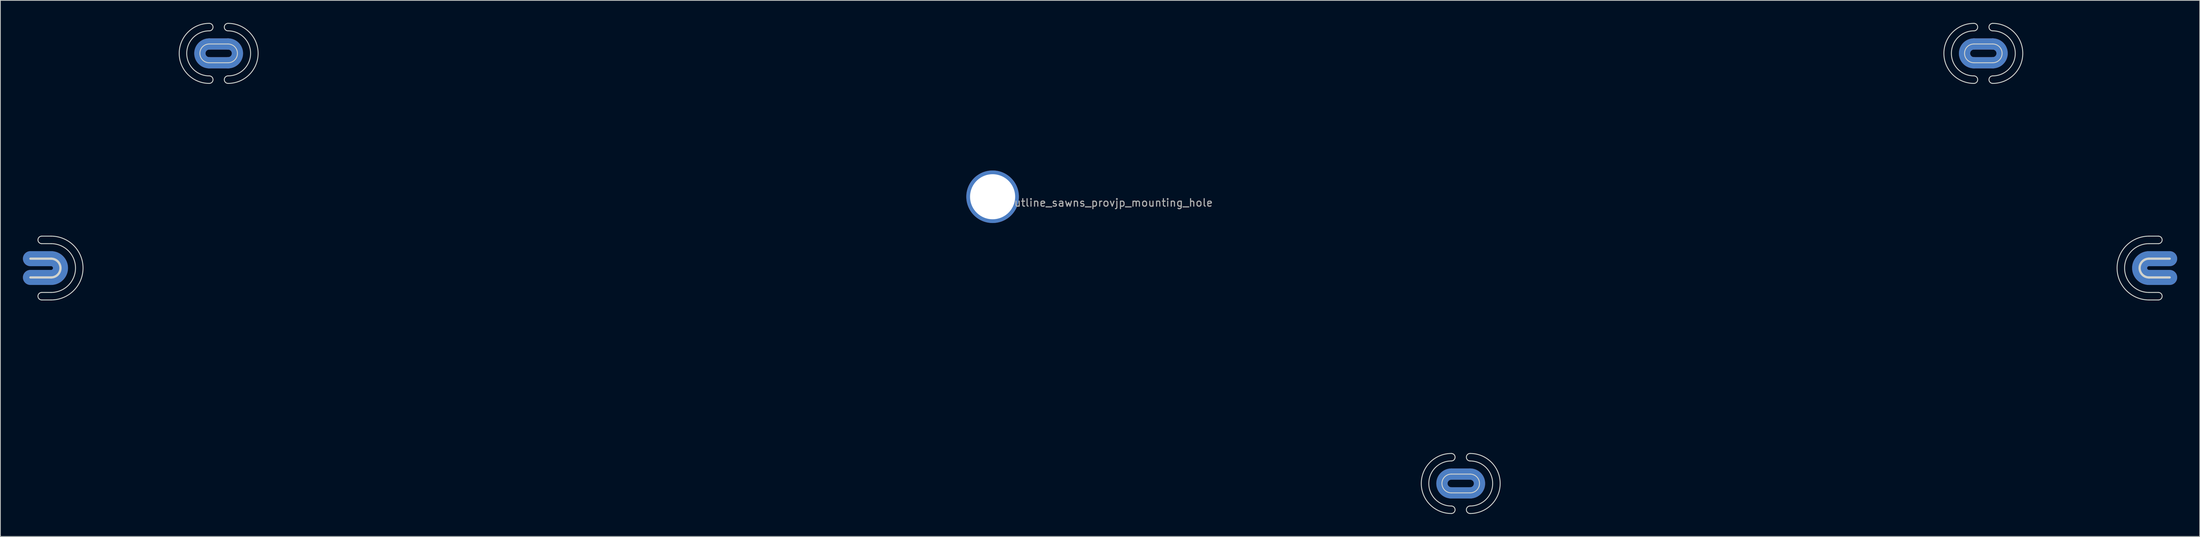
<source format=kicad_pcb>
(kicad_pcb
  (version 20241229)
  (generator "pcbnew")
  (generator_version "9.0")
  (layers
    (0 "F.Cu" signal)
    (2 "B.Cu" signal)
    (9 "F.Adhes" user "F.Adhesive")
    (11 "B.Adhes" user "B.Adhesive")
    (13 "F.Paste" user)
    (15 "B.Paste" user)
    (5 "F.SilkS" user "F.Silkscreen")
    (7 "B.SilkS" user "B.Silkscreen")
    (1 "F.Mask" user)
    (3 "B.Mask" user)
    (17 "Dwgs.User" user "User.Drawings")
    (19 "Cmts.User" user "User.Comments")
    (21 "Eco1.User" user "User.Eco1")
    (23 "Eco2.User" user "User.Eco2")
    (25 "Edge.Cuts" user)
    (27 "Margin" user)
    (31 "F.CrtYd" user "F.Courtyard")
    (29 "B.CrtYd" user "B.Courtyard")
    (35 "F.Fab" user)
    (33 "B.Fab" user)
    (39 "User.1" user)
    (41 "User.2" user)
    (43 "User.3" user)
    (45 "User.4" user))
  (footprint "60_outline_sawns_provjp_mounting_hole"
    (layer "F.Cu")
    (at 143.35 23.46)
    (property "Reference" "60_outline_sawns_provjp_mounting_hole" (at 0 0.5 0) (layer "F.Fab") (effects (font (size 1 1) (thickness 0.15))))
    (attr through_hole)
    (fp_line (start -142.35 10.45) (end -139.6 10.45) (stroke (width 2) (type solid)) (layer "F.Cu"))
    (fp_line (start -139.6 7.95) (end -142.35 7.95) (stroke (width 2) (type solid)) (layer "F.Cu"))
    (fp_line (start -118.55 -18.15) (end -116.05 -18.15) (stroke (width 1.5) (type solid)) (layer "F.Cu"))
    (fp_line (start -116.05 -20.65) (end -118.55 -20.65) (stroke (width 1.5) (type solid)) (layer "F.Cu"))
    (fp_line (start 46.75 39.15) (end 49.25 39.15) (stroke (width 1.5) (type solid)) (layer "F.Cu"))
    (fp_line (start 49.25 36.65) (end 46.75 36.65) (stroke (width 1.5) (type solid)) (layer "F.Cu"))
    (fp_line (start 116.3 -18.15) (end 118.8 -18.15) (stroke (width 1.5) (type solid)) (layer "F.Cu"))
    (fp_line (start 118.8 -20.65) (end 116.3 -20.65) (stroke (width 1.5) (type solid)) (layer "F.Cu"))
    (fp_line (start 139.6 10.45) (end 142.35 10.45) (stroke (width 2) (type solid)) (layer "F.Cu"))
    (fp_line (start 142.35 7.95) (end 139.6 7.95) (stroke (width 2) (type solid)) (layer "F.Cu"))
    (fp_arc (start -139.6 7.95) (mid -138.35 9.2) (end -139.6 10.45) (stroke (width 2) (type solid)) (layer "F.Cu"))
    (fp_arc (start -118.55 -18.15) (mid -119.8 -19.4) (end -118.55 -20.65) (stroke (width 1.5) (type solid)) (layer "F.Cu"))
    (fp_arc (start -116.05 -20.65) (mid -114.8 -19.4) (end -116.05 -18.15) (stroke (width 1.5) (type solid)) (layer "F.Cu"))
    (fp_arc (start 46.75 39.15) (mid 45.5 37.9) (end 46.75 36.65) (stroke (width 1.5) (type solid)) (layer "F.Cu"))
    (fp_arc (start 49.25 36.65) (mid 50.5 37.9) (end 49.25 39.15) (stroke (width 1.5) (type solid)) (layer "F.Cu"))
    (fp_arc (start 116.3 -18.15) (mid 115.05 -19.4) (end 116.3 -20.65) (stroke (width 1.5) (type solid)) (layer "F.Cu"))
    (fp_arc (start 118.8 -20.65) (mid 120.05 -19.4) (end 118.8 -18.15) (stroke (width 1.5) (type solid)) (layer "F.Cu"))
    (fp_arc (start 139.6 10.45) (mid 138.35 9.2) (end 139.6 7.95) (stroke (width 2) (type solid)) (layer "F.Cu"))
    (fp_line (start -142.35 10.45) (end -139.6 10.45) (stroke (width 2) (type solid)) (layer "F.Mask"))
    (fp_line (start -139.6 7.95) (end -142.35 7.95) (stroke (width 2) (type solid)) (layer "F.Mask"))
    (fp_line (start -118.55 -18.15) (end -116.05 -18.15) (stroke (width 1.5) (type solid)) (layer "F.Mask"))
    (fp_line (start -116.05 -20.65) (end -118.55 -20.65) (stroke (width 1.5) (type solid)) (layer "F.Mask"))
    (fp_line (start 46.75 39.15) (end 49.25 39.15) (stroke (width 1.5) (type solid)) (layer "F.Mask"))
    (fp_line (start 49.25 36.65) (end 46.75 36.65) (stroke (width 1.5) (type solid)) (layer "F.Mask"))
    (fp_line (start 116.3 -18.15) (end 118.8 -18.15) (stroke (width 1.5) (type solid)) (layer "F.Mask"))
    (fp_line (start 118.8 -20.65) (end 116.3 -20.65) (stroke (width 1.5) (type solid)) (layer "F.Mask"))
    (fp_line (start 139.6 10.45) (end 142.35 10.45) (stroke (width 2) (type solid)) (layer "F.Mask"))
    (fp_line (start 142.35 7.95) (end 139.6 7.95) (stroke (width 2) (type solid)) (layer "F.Mask"))
    (fp_arc (start -139.6 7.95) (mid -138.35 9.2) (end -139.6 10.45) (stroke (width 2) (type solid)) (layer "F.Mask"))
    (fp_arc (start -118.55 -18.15) (mid -119.8 -19.4) (end -118.55 -20.65) (stroke (width 1.5) (type solid)) (layer "F.Mask"))
    (fp_arc (start -116.05 -20.65) (mid -114.8 -19.4) (end -116.05 -18.15) (stroke (width 1.5) (type solid)) (layer "F.Mask"))
    (fp_arc (start 46.75 39.15) (mid 45.5 37.9) (end 46.75 36.65) (stroke (width 1.5) (type solid)) (layer "F.Mask"))
    (fp_arc (start 49.25 36.65) (mid 50.5 37.9) (end 49.25 39.15) (stroke (width 1.5) (type solid)) (layer "F.Mask"))
    (fp_arc (start 116.3 -18.15) (mid 115.05 -19.4) (end 116.3 -20.65) (stroke (width 1.5) (type solid)) (layer "F.Mask"))
    (fp_arc (start 118.8 -20.65) (mid 120.05 -19.4) (end 118.8 -18.15) (stroke (width 1.5) (type solid)) (layer "F.Mask"))
    (fp_arc (start 139.6 10.45) (mid 138.35 9.2) (end 139.6 7.95) (stroke (width 2) (type solid)) (layer "F.Mask"))
    (fp_line (start -142.35 10.45) (end -139.6 10.45) (stroke (width 2) (type solid)) (layer "B.Cu"))
    (fp_line (start -139.6 7.95) (end -142.35 7.95) (stroke (width 2) (type solid)) (layer "B.Cu"))
    (fp_line (start -118.55 -18.15) (end -116.05 -18.15) (stroke (width 1.5) (type solid)) (layer "B.Cu"))
    (fp_line (start -116.05 -20.65) (end -118.55 -20.65) (stroke (width 1.5) (type solid)) (layer "B.Cu"))
    (fp_line (start 46.75 39.15) (end 49.25 39.15) (stroke (width 1.5) (type solid)) (layer "B.Cu"))
    (fp_line (start 49.25 36.65) (end 46.75 36.65) (stroke (width 1.5) (type solid)) (layer "B.Cu"))
    (fp_line (start 116.3 -18.15) (end 118.8 -18.15) (stroke (width 1.5) (type solid)) (layer "B.Cu"))
    (fp_line (start 118.8 -20.65) (end 116.3 -20.65) (stroke (width 1.5) (type solid)) (layer "B.Cu"))
    (fp_line (start 139.6 10.45) (end 142.35 10.45) (stroke (width 2) (type solid)) (layer "B.Cu"))
    (fp_line (start 142.35 7.95) (end 139.6 7.95) (stroke (width 2) (type solid)) (layer "B.Cu"))
    (fp_arc (start -139.6 7.95) (mid -138.35 9.2) (end -139.6 10.45) (stroke (width 2) (type solid)) (layer "B.Cu"))
    (fp_arc (start -118.55 -18.15) (mid -119.8 -19.4) (end -118.55 -20.65) (stroke (width 1.5) (type solid)) (layer "B.Cu"))
    (fp_arc (start -116.05 -20.65) (mid -114.8 -19.4) (end -116.05 -18.15) (stroke (width 1.5) (type solid)) (layer "B.Cu"))
    (fp_arc (start 46.75 39.15) (mid 45.5 37.9) (end 46.75 36.65) (stroke (width 1.5) (type solid)) (layer "B.Cu"))
    (fp_arc (start 49.25 36.65) (mid 50.5 37.9) (end 49.25 39.15) (stroke (width 1.5) (type solid)) (layer "B.Cu"))
    (fp_arc (start 116.3 -18.15) (mid 115.05 -19.4) (end 116.3 -20.65) (stroke (width 1.5) (type solid)) (layer "B.Cu"))
    (fp_arc (start 118.8 -20.65) (mid 120.05 -19.4) (end 118.8 -18.15) (stroke (width 1.5) (type solid)) (layer "B.Cu"))
    (fp_arc (start 139.6 10.45) (mid 138.35 9.2) (end 139.6 7.95) (stroke (width 2) (type solid)) (layer "B.Cu"))
    (fp_line (start -142.35 10.45) (end -139.6 10.45) (stroke (width 2) (type solid)) (layer "B.Mask"))
    (fp_line (start -139.6 7.95) (end -142.35 7.95) (stroke (width 2) (type solid)) (layer "B.Mask"))
    (fp_line (start -118.55 -18.15) (end -116.05 -18.15) (stroke (width 1.5) (type solid)) (layer "B.Mask"))
    (fp_line (start -116.05 -20.65) (end -118.55 -20.65) (stroke (width 1.5) (type solid)) (layer "B.Mask"))
    (fp_line (start 46.75 39.15) (end 49.25 39.15) (stroke (width 1.5) (type solid)) (layer "B.Mask"))
    (fp_line (start 49.25 36.65) (end 46.75 36.65) (stroke (width 1.5) (type solid)) (layer "B.Mask"))
    (fp_line (start 116.3 -18.15) (end 118.8 -18.15) (stroke (width 1.5) (type solid)) (layer "B.Mask"))
    (fp_line (start 118.8 -20.65) (end 116.3 -20.65) (stroke (width 1.5) (type solid)) (layer "B.Mask"))
    (fp_line (start 139.6 10.45) (end 142.35 10.45) (stroke (width 2) (type solid)) (layer "B.Mask"))
    (fp_line (start 142.35 7.95) (end 139.6 7.95) (stroke (width 2) (type solid)) (layer "B.Mask"))
    (fp_arc (start -139.6 7.95) (mid -138.35 9.2) (end -139.6 10.45) (stroke (width 2) (type solid)) (layer "B.Mask"))
    (fp_arc (start -118.55 -18.15) (mid -119.8 -19.4) (end -118.55 -20.65) (stroke (width 1.5) (type solid)) (layer "B.Mask"))
    (fp_arc (start -116.05 -20.65) (mid -114.8 -19.4) (end -116.05 -18.15) (stroke (width 1.5) (type solid)) (layer "B.Mask"))
    (fp_arc (start 46.75 39.15) (mid 45.5 37.9) (end 46.75 36.65) (stroke (width 1.5) (type solid)) (layer "B.Mask"))
    (fp_arc (start 49.25 36.65) (mid 50.5 37.9) (end 49.25 39.15) (stroke (width 1.5) (type solid)) (layer "B.Mask"))
    (fp_arc (start 116.3 -18.15) (mid 115.05 -19.4) (end 116.3 -20.65) (stroke (width 1.5) (type solid)) (layer "B.Mask"))
    (fp_arc (start 118.8 -20.65) (mid 120.05 -19.4) (end 118.8 -18.15) (stroke (width 1.5) (type solid)) (layer "B.Mask"))
    (fp_arc (start 139.6 10.45) (mid 138.35 9.2) (end 139.6 7.95) (stroke (width 2) (type solid)) (layer "B.Mask"))
    (fp_line (start -142.35 10.45) (end -139.6 10.45) (stroke (width 0.3) (type solid)) (layer "Edge.Cuts"))
    (fp_line (start -139.6 4.95) (end -140.85 4.95) (stroke (width 0.12) (type solid)) (layer "Edge.Cuts"))
    (fp_line (start -139.6 5.95) (end -140.85 5.95) (stroke (width 0.12) (type solid)) (layer "Edge.Cuts"))
    (fp_line (start -139.6 7.95) (end -142.35 7.95) (stroke (width 0.3) (type solid)) (layer "Edge.Cuts"))
    (fp_line (start -139.6 12.45) (end -140.85 12.45) (stroke (width 0.12) (type solid)) (layer "Edge.Cuts"))
    (fp_line (start -139.6 13.45) (end -140.85 13.45) (stroke (width 0.12) (type solid)) (layer "Edge.Cuts"))
    (fp_line (start -118.55 -18.15) (end -116.05 -18.15) (stroke (width 0.12) (type solid)) (layer "Edge.Cuts"))
    (fp_line (start -116.05 -20.65) (end -118.55 -20.65) (stroke (width 0.12) (type solid)) (layer "Edge.Cuts"))
    (fp_line (start 46.75 39.15) (end 49.25 39.15) (stroke (width 0.12) (type solid)) (layer "Edge.Cuts"))
    (fp_line (start 49.25 36.65) (end 46.75 36.65) (stroke (width 0.12) (type solid)) (layer "Edge.Cuts"))
    (fp_line (start 116.3 -18.15) (end 118.8 -18.15) (stroke (width 0.12) (type solid)) (layer "Edge.Cuts"))
    (fp_line (start 118.8 -20.65) (end 116.3 -20.65) (stroke (width 0.12) (type solid)) (layer "Edge.Cuts"))
    (fp_line (start 139.6 4.95) (end 140.85 4.95) (stroke (width 0.12) (type solid)) (layer "Edge.Cuts"))
    (fp_line (start 139.6 5.95) (end 140.85 5.95) (stroke (width 0.12) (type solid)) (layer "Edge.Cuts"))
    (fp_line (start 139.6 10.45) (end 142.35 10.45) (stroke (width 0.3) (type solid)) (layer "Edge.Cuts"))
    (fp_line (start 139.6 12.45) (end 140.85 12.45) (stroke (width 0.12) (type solid)) (layer "Edge.Cuts"))
    (fp_line (start 139.6 13.45) (end 140.85 13.45) (stroke (width 0.12) (type solid)) (layer "Edge.Cuts"))
    (fp_line (start 142.35 7.95) (end 139.6 7.95) (stroke (width 0.3) (type solid)) (layer "Edge.Cuts"))
    (fp_arc (start -140.85 5.95) (mid -141.35 5.45) (end -140.85 4.95) (stroke (width 0.12) (type solid)) (layer "Edge.Cuts"))
    (fp_arc (start -140.85 13.45) (mid -141.35 12.95) (end -140.85 12.45) (stroke (width 0.12) (type solid)) (layer "Edge.Cuts"))
    (fp_arc (start -139.6 4.95) (mid -135.35 9.2) (end -139.6 13.45) (stroke (width 0.12) (type solid)) (layer "Edge.Cuts"))
    (fp_arc (start -139.6 5.95) (mid -136.35 9.2) (end -139.6 12.45) (stroke (width 0.12) (type solid)) (layer "Edge.Cuts"))
    (fp_arc (start -139.6 7.95) (mid -138.35 9.2) (end -139.6 10.45) (stroke (width 0.3) (type solid)) (layer "Edge.Cuts"))
    (fp_arc (start -118.55 -23.4) (mid -118.05 -22.9) (end -118.55 -22.4) (stroke (width 0.12) (type solid)) (layer "Edge.Cuts"))
    (fp_arc (start -118.55 -18.15) (mid -119.8 -19.4) (end -118.55 -20.65) (stroke (width 0.12) (type solid)) (layer "Edge.Cuts"))
    (fp_arc (start -118.55 -16.4) (mid -121.55 -19.4) (end -118.55 -22.4) (stroke (width 0.12) (type solid)) (layer "Edge.Cuts"))
    (fp_arc (start -118.55 -16.4) (mid -118.05 -15.9) (end -118.55 -15.4) (stroke (width 0.12) (type solid)) (layer "Edge.Cuts"))
    (fp_arc (start -118.55 -15.4) (mid -122.55 -19.4) (end -118.55 -23.4) (stroke (width 0.12) (type solid)) (layer "Edge.Cuts"))
    (fp_arc (start -116.05 -23.4) (mid -112.05 -19.4) (end -116.05 -15.4) (stroke (width 0.12) (type solid)) (layer "Edge.Cuts"))
    (fp_arc (start -116.05 -22.4) (mid -116.55 -22.9) (end -116.05 -23.4) (stroke (width 0.12) (type solid)) (layer "Edge.Cuts"))
    (fp_arc (start -116.05 -22.4) (mid -113.05 -19.4) (end -116.05 -16.4) (stroke (width 0.12) (type solid)) (layer "Edge.Cuts"))
    (fp_arc (start -116.05 -20.65) (mid -114.8 -19.4) (end -116.05 -18.15) (stroke (width 0.12) (type solid)) (layer "Edge.Cuts"))
    (fp_arc (start -116.05 -15.4) (mid -116.55 -15.9) (end -116.05 -16.4) (stroke (width 0.12) (type solid)) (layer "Edge.Cuts"))
    (fp_arc (start 46.75 33.9) (mid 47.25 34.4) (end 46.75 34.9) (stroke (width 0.12) (type solid)) (layer "Edge.Cuts"))
    (fp_arc (start 46.75 39.15) (mid 45.5 37.9) (end 46.75 36.65) (stroke (width 0.12) (type solid)) (layer "Edge.Cuts"))
    (fp_arc (start 46.75 40.9) (mid 43.75 37.9) (end 46.75 34.9) (stroke (width 0.12) (type solid)) (layer "Edge.Cuts"))
    (fp_arc (start 46.75 40.9) (mid 47.25 41.4) (end 46.75 41.9) (stroke (width 0.12) (type solid)) (layer "Edge.Cuts"))
    (fp_arc (start 46.75 41.9) (mid 42.75 37.9) (end 46.75 33.9) (stroke (width 0.12) (type solid)) (layer "Edge.Cuts"))
    (fp_arc (start 49.25 33.9) (mid 53.25 37.9) (end 49.25 41.9) (stroke (width 0.12) (type solid)) (layer "Edge.Cuts"))
    (fp_arc (start 49.25 34.9) (mid 48.75 34.4) (end 49.25 33.9) (stroke (width 0.12) (type solid)) (layer "Edge.Cuts"))
    (fp_arc (start 49.25 34.9) (mid 52.25 37.9) (end 49.25 40.9) (stroke (width 0.12) (type solid)) (layer "Edge.Cuts"))
    (fp_arc (start 49.25 36.65) (mid 50.5 37.9) (end 49.25 39.15) (stroke (width 0.12) (type solid)) (layer "Edge.Cuts"))
    (fp_arc (start 49.25 41.9) (mid 48.75 41.4) (end 49.25 40.9) (stroke (width 0.12) (type solid)) (layer "Edge.Cuts"))
    (fp_arc (start 116.3 -23.4) (mid 116.8 -22.9) (end 116.3 -22.4) (stroke (width 0.12) (type solid)) (layer "Edge.Cuts"))
    (fp_arc (start 116.3 -18.15) (mid 115.05 -19.4) (end 116.3 -20.65) (stroke (width 0.12) (type solid)) (layer "Edge.Cuts"))
    (fp_arc (start 116.3 -16.4) (mid 113.3 -19.4) (end 116.3 -22.4) (stroke (width 0.12) (type solid)) (layer "Edge.Cuts"))
    (fp_arc (start 116.3 -16.4) (mid 116.8 -15.9) (end 116.3 -15.4) (stroke (width 0.12) (type solid)) (layer "Edge.Cuts"))
    (fp_arc (start 116.3 -15.4) (mid 112.3 -19.4) (end 116.3 -23.4) (stroke (width 0.12) (type solid)) (layer "Edge.Cuts"))
    (fp_arc (start 118.8 -23.4) (mid 122.8 -19.4) (end 118.8 -15.4) (stroke (width 0.12) (type solid)) (layer "Edge.Cuts"))
    (fp_arc (start 118.8 -22.4) (mid 118.3 -22.9) (end 118.8 -23.4) (stroke (width 0.12) (type solid)) (layer "Edge.Cuts"))
    (fp_arc (start 118.8 -22.4) (mid 121.8 -19.4) (end 118.8 -16.4) (stroke (width 0.12) (type solid)) (layer "Edge.Cuts"))
    (fp_arc (start 118.8 -20.65) (mid 120.05 -19.4) (end 118.8 -18.15) (stroke (width 0.12) (type solid)) (layer "Edge.Cuts"))
    (fp_arc (start 118.8 -15.4) (mid 118.3 -15.9) (end 118.8 -16.4) (stroke (width 0.12) (type solid)) (layer "Edge.Cuts"))
    (fp_arc (start 139.6 10.45) (mid 138.35 9.2) (end 139.6 7.95) (stroke (width 0.3) (type solid)) (layer "Edge.Cuts"))
    (fp_arc (start 139.6 12.45) (mid 136.35 9.2) (end 139.6 5.95) (stroke (width 0.12) (type solid)) (layer "Edge.Cuts"))
    (fp_arc (start 139.6 13.45) (mid 135.35 9.2) (end 139.6 4.95) (stroke (width 0.12) (type solid)) (layer "Edge.Cuts"))
    (fp_arc (start 140.85 4.95) (mid 141.35 5.45) (end 140.85 5.95) (stroke (width 0.12) (type solid)) (layer "Edge.Cuts"))
    (fp_arc (start 140.85 12.45) (mid 141.35 12.95) (end 140.85 13.45) (stroke (width 0.12) (type solid)) (layer "Edge.Cuts"))
    (pad "1" thru_hole circle (at -14.3 -0.3) (size 7 7) (drill 6) (layers "*.Cu" "*.Mask")))
  (gr_rect
    (start -3 -3)
    (end 289.7 68.42)
    (stroke (width 0.1) (type default))
    (fill no)
    (layer "Edge.Cuts")))
</source>
